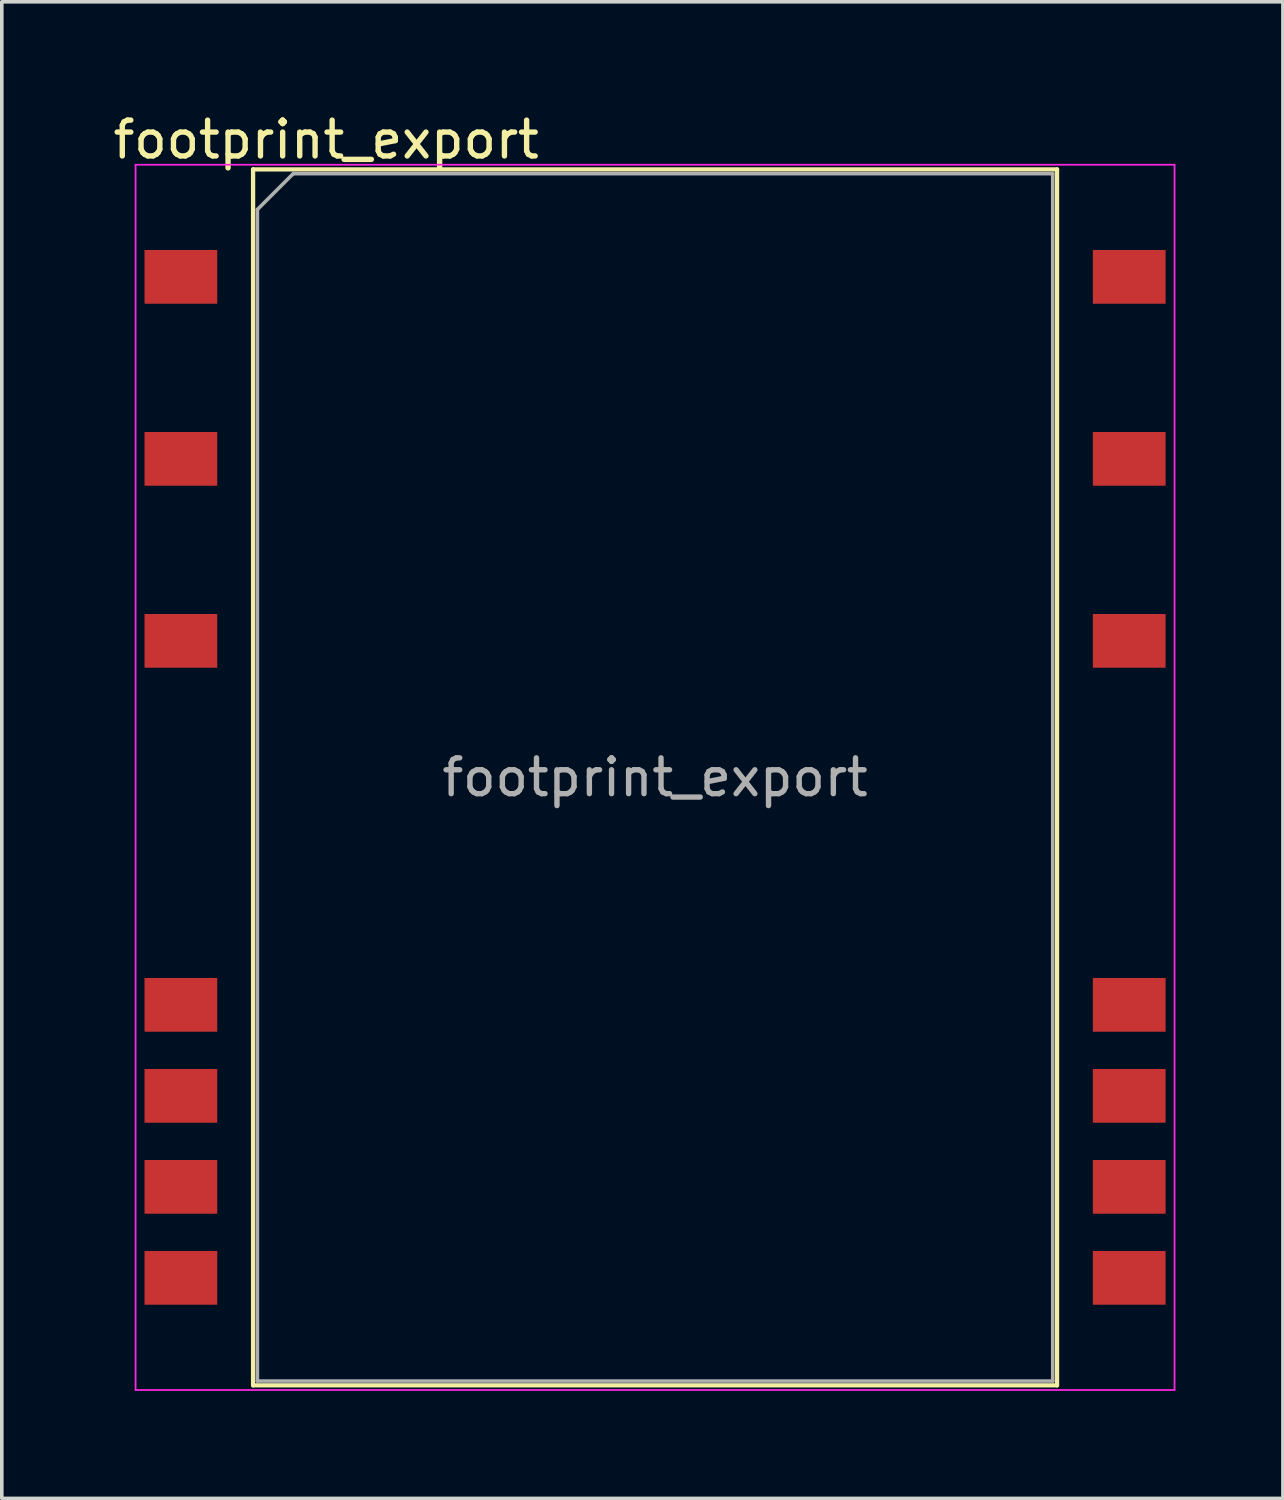
<source format=kicad_pcb>
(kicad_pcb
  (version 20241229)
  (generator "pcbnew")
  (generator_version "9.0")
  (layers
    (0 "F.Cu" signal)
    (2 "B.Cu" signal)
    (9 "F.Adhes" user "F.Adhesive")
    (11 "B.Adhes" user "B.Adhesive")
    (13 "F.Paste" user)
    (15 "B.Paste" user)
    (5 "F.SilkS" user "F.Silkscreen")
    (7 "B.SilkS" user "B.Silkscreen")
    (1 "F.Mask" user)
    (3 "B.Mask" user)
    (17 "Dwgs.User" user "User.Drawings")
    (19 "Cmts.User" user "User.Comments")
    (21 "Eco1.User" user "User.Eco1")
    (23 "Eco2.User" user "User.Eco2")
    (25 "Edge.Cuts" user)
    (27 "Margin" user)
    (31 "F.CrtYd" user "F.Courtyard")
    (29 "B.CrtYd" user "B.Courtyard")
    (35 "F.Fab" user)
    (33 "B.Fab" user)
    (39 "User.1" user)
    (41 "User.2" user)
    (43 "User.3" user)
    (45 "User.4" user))
  (footprint "footprint_export"
    (layer "F.Cu")
    (at 15.234 18.648)
    (property "Reference" "footprint_export" (at -9.18 -17.8 0) (layer "F.SilkS") (effects (font (size 1 1) (thickness 0.15))))
    (attr smd)
    (fp_line (start -11.22 -16.97) (end 11.22 -16.97) (stroke (width 0.12) (type solid)) (layer "F.SilkS"))
    (fp_line (start -11.22 16.97) (end -11.22 -16.97) (stroke (width 0.12) (type solid)) (layer "F.SilkS"))
    (fp_line (start 11.22 -16.97) (end 11.22 16.97) (stroke (width 0.12) (type solid)) (layer "F.SilkS"))
    (fp_line (start 11.22 16.97) (end -11.22 16.97) (stroke (width 0.12) (type solid)) (layer "F.SilkS"))
    (fp_line (start -14.5 -17.1) (end -14.5 17.1) (stroke (width 0.05) (type solid)) (layer "F.CrtYd"))
    (fp_line (start -14.5 17.1) (end 14.5 17.1) (stroke (width 0.05) (type solid)) (layer "F.CrtYd"))
    (fp_line (start 14.5 -17.1) (end -14.5 -17.1) (stroke (width 0.05) (type solid)) (layer "F.CrtYd"))
    (fp_line (start 14.5 -17.1) (end 14.5 17.1) (stroke (width 0.05) (type solid)) (layer "F.CrtYd"))
    (fp_line (start -11.1 -15.85) (end -11.1 16.85) (stroke (width 0.1) (type solid)) (layer "F.Fab"))
    (fp_line (start -11.1 -15.85) (end -10.1 -16.85) (stroke (width 0.1) (type solid)) (layer "F.Fab"))
    (fp_line (start -11.1 16.85) (end 11.1 16.85) (stroke (width 0.1) (type solid)) (layer "F.Fab"))
    (fp_line (start 11.1 -16.85) (end -10.1 -16.85) (stroke (width 0.1) (type solid)) (layer "F.Fab"))
    (fp_line (start 11.1 16.85) (end 11.1 -16.85) (stroke (width 0.1) (type solid)) (layer "F.Fab"))
    (fp_text user "${REFERENCE}" (at 0 0 0) (layer "F.Fab") (effects (font (size 1 1) (thickness 0.15))))
    (pad "1" smd rect (at -13.235 -13.97 270) (size 1.5 2.03) (layers "F.Cu" "F.Mask" "F.Paste"))
    (pad "3" smd rect (at -13.235 -8.89 270) (size 1.5 2.03) (layers "F.Cu" "F.Mask" "F.Paste"))
    (pad "5" smd rect (at -13.235 -3.81 270) (size 1.5 2.03) (layers "F.Cu" "F.Mask" "F.Paste"))
    (pad "9" smd rect (at -13.235 6.35 270) (size 1.5 2.03) (layers "F.Cu" "F.Mask" "F.Paste"))
    (pad "10" smd rect (at -13.235 8.89 270) (size 1.5 2.03) (layers "F.Cu" "F.Mask" "F.Paste"))
    (pad "11" smd rect (at -13.235 11.43 270) (size 1.5 2.03) (layers "F.Cu" "F.Mask" "F.Paste"))
    (pad "12" smd rect (at -13.235 13.97 270) (size 1.5 2.03) (layers "F.Cu" "F.Mask" "F.Paste"))
    (pad "13" smd rect (at 13.235 13.97 270) (size 1.5 2.03) (layers "F.Cu" "F.Mask" "F.Paste"))
    (pad "14" smd rect (at 13.235 11.43 270) (size 1.5 2.03) (layers "F.Cu" "F.Mask" "F.Paste"))
    (pad "15" smd rect (at 13.235 8.89 270) (size 1.5 2.03) (layers "F.Cu" "F.Mask" "F.Paste"))
    (pad "16" smd rect (at 13.235 6.35 270) (size 1.5 2.03) (layers "F.Cu" "F.Mask" "F.Paste"))
    (pad "20" smd rect (at 13.235 -3.81 270) (size 1.5 2.03) (layers "F.Cu" "F.Mask" "F.Paste"))
    (pad "22" smd rect (at 13.235 -8.89 270) (size 1.5 2.03) (layers "F.Cu" "F.Mask" "F.Paste"))
    (pad "24" smd rect (at 13.235 -13.97 270) (size 1.5 2.03) (layers "F.Cu" "F.Mask" "F.Paste")))
  (gr_rect
    (start -3 -3)
    (end 32.759 38.773)
    (stroke (width 0.1) (type default))
    (fill no)
    (layer "Edge.Cuts")))
</source>
